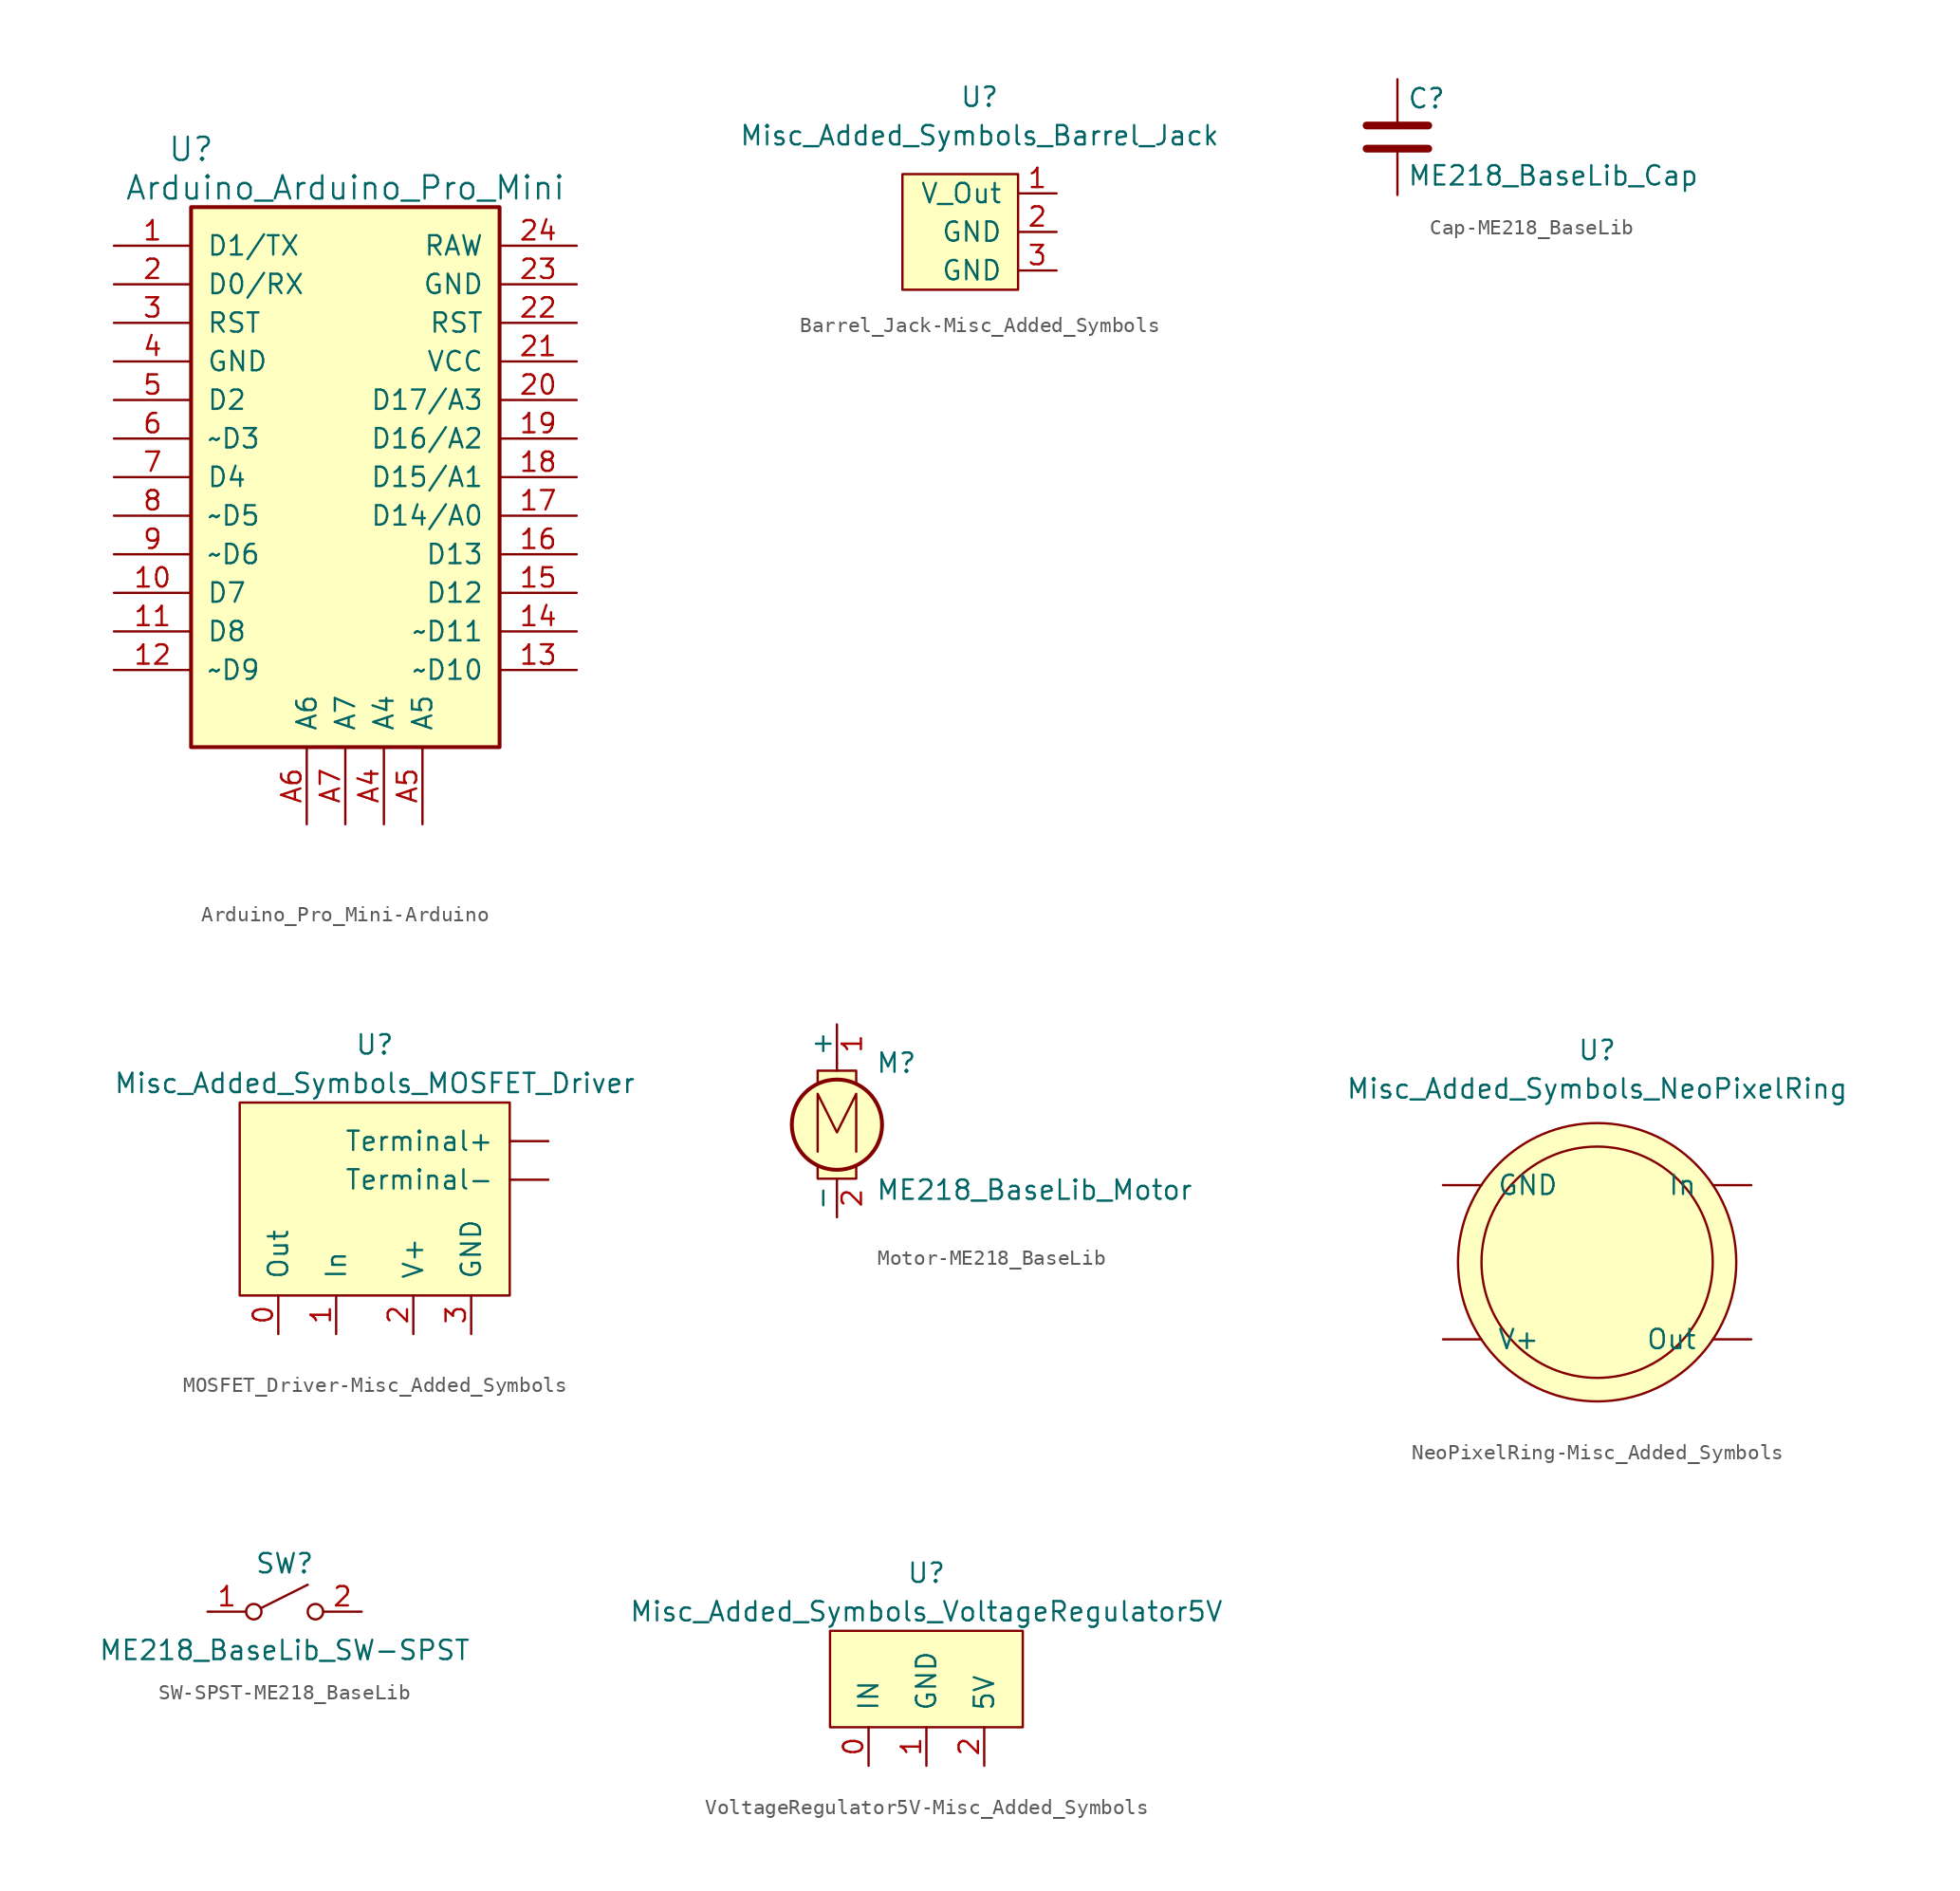
<source format=kicad_sym>
(kicad_symbol_lib
  (version 20220914)
  (generator kicad_symbol_editor)
  (symbol "Arduino_Pro_Mini-Arduino"
    (pin_names
      (offset 1.016))
    (property "Reference" "U"
      (at -10.16 21.59 0)
      (effects (font (size 1.524 1.524))))
    (property "Value" "Arduino_Arduino_Pro_Mini"
      (at 0 19.05 0)
      (effects (font (size 1.524 1.524))))
    (symbol "Arduino_Pro_Mini-Arduino_0_1"
      (rectangle (start -10.16 17.78) (end 10.16 -17.78) (stroke (width 0.254) (type solid)) (fill (type background))))
    (symbol "Arduino_Pro_Mini-Arduino_1_1"
      (pin bidirectional line (at -15.24 15.24 0) (length 5.08) (name "D1/TX" (effects (font (size 1.27 1.27)))) (number "1" (effects (font (size 1.27 1.27)))))
      (pin bidirectional line (at -15.24 -7.62 0) (length 5.08) (name "D7" (effects (font (size 1.27 1.27)))) (number "10" (effects (font (size 1.27 1.27)))))
      (pin bidirectional line (at -15.24 -10.16 0) (length 5.08) (name "D8" (effects (font (size 1.27 1.27)))) (number "11" (effects (font (size 1.27 1.27)))))
      (pin bidirectional line (at -15.24 -12.7 0) (length 5.08) (name "~D9" (effects (font (size 1.27 1.27)))) (number "12" (effects (font (size 1.27 1.27)))))
      (pin bidirectional line (at 15.24 -12.7 180) (length 5.08) (name "~D10" (effects (font (size 1.27 1.27)))) (number "13" (effects (font (size 1.27 1.27)))))
      (pin bidirectional line (at 15.24 -10.16 180) (length 5.08) (name "~D11" (effects (font (size 1.27 1.27)))) (number "14" (effects (font (size 1.27 1.27)))))
      (pin bidirectional line (at 15.24 -7.62 180) (length 5.08) (name "D12" (effects (font (size 1.27 1.27)))) (number "15" (effects (font (size 1.27 1.27)))))
      (pin bidirectional line (at 15.24 -5.08 180) (length 5.08) (name "D13" (effects (font (size 1.27 1.27)))) (number "16" (effects (font (size 1.27 1.27)))))
      (pin bidirectional line (at 15.24 -2.54 180) (length 5.08) (name "D14/A0" (effects (font (size 1.27 1.27)))) (number "17" (effects (font (size 1.27 1.27)))))
      (pin bidirectional line (at 15.24 0 180) (length 5.08) (name "D15/A1" (effects (font (size 1.27 1.27)))) (number "18" (effects (font (size 1.27 1.27)))))
      (pin bidirectional line (at 15.24 2.54 180) (length 5.08) (name "D16/A2" (effects (font (size 1.27 1.27)))) (number "19" (effects (font (size 1.27 1.27)))))
      (pin bidirectional line (at -15.24 12.7 0) (length 5.08) (name "D0/RX" (effects (font (size 1.27 1.27)))) (number "2" (effects (font (size 1.27 1.27)))))
      (pin bidirectional line (at 15.24 5.08 180) (length 5.08) (name "D17/A3" (effects (font (size 1.27 1.27)))) (number "20" (effects (font (size 1.27 1.27)))))
      (pin power_in line (at 15.24 7.62 180) (length 5.08) (name "VCC" (effects (font (size 1.27 1.27)))) (number "21" (effects (font (size 1.27 1.27)))))
      (pin input line (at 15.24 10.16 180) (length 5.08) (name "RST" (effects (font (size 1.27 1.27)))) (number "22" (effects (font (size 1.27 1.27)))))
      (pin power_in line (at 15.24 12.7 180) (length 5.08) (name "GND" (effects (font (size 1.27 1.27)))) (number "23" (effects (font (size 1.27 1.27)))))
      (pin power_out line (at 15.24 15.24 180) (length 5.08) (name "RAW" (effects (font (size 1.27 1.27)))) (number "24" (effects (font (size 1.27 1.27)))))
      (pin input line (at -15.24 10.16 0) (length 5.08) (name "RST" (effects (font (size 1.27 1.27)))) (number "3" (effects (font (size 1.27 1.27)))))
      (pin power_in line (at -15.24 7.62 0) (length 5.08) (name "GND" (effects (font (size 1.27 1.27)))) (number "4" (effects (font (size 1.27 1.27)))))
      (pin bidirectional line (at -15.24 5.08 0) (length 5.08) (name "D2" (effects (font (size 1.27 1.27)))) (number "5" (effects (font (size 1.27 1.27)))))
      (pin bidirectional line (at -15.24 2.54 0) (length 5.08) (name "~D3" (effects (font (size 1.27 1.27)))) (number "6" (effects (font (size 1.27 1.27)))))
      (pin bidirectional line (at -15.24 0 0) (length 5.08) (name "D4" (effects (font (size 1.27 1.27)))) (number "7" (effects (font (size 1.27 1.27)))))
      (pin bidirectional line (at -15.24 -2.54 0) (length 5.08) (name "~D5" (effects (font (size 1.27 1.27)))) (number "8" (effects (font (size 1.27 1.27)))))
      (pin bidirectional line (at -15.24 -5.08 0) (length 5.08) (name "~D6" (effects (font (size 1.27 1.27)))) (number "9" (effects (font (size 1.27 1.27)))))
      (pin bidirectional line (at 2.54 -22.86 90) (length 5.08) (name "A4" (effects (font (size 1.27 1.27)))) (number "A4" (effects (font (size 1.27 1.27)))))
      (pin bidirectional line (at 5.08 -22.86 90) (length 5.08) (name "A5" (effects (font (size 1.27 1.27)))) (number "A5" (effects (font (size 1.27 1.27)))))
      (pin bidirectional line (at -2.54 -22.86 90) (length 5.08) (name "A6" (effects (font (size 1.27 1.27)))) (number "A6" (effects (font (size 1.27 1.27)))))
      (pin bidirectional line (at 0 -22.86 90) (length 5.08) (name "A7" (effects (font (size 1.27 1.27)))) (number "A7" (effects (font (size 1.27 1.27)))))))
  (symbol "Barrel_Jack-Misc_Added_Symbols"
    (pin_names
      (offset 1.016))
    (property "Reference" "U"
      (at 0 0 0)
      (effects (font (size 1.27 1.27))))
    (property "Value" "Misc_Added_Symbols_Barrel_Jack"
      (at 0 -2.54 0)
      (effects (font (size 1.27 1.27))))
    (symbol "Barrel_Jack-Misc_Added_Symbols_0_1"
      (rectangle (start 2.54 -5.08) (end -5.08 -12.7) (stroke (width 0) (type solid)) (fill (type background))))
    (symbol "Barrel_Jack-Misc_Added_Symbols_1_1"
      (pin power_out line (at 5.08 -6.35 180) (length 2.54) (name "V_Out" (effects (font (size 1.27 1.27)))) (number "1" (effects (font (size 1.27 1.27)))))
      (pin bidirectional line (at 5.08 -8.89 180) (length 2.54) (name "GND" (effects (font (size 1.27 1.27)))) (number "2" (effects (font (size 1.27 1.27)))))
      (pin bidirectional line (at 5.08 -11.43 180) (length 2.54) (name "GND" (effects (font (size 1.27 1.27)))) (number "3" (effects (font (size 1.27 1.27)))))))
  (symbol "Cap-ME218_BaseLib"
    (pin_numbers hide)
    (pin_names
      (offset 0.254))
    (property "Reference" "C"
      (at 0.635 2.54 0)
      (effects (font (size 1.27 1.27)) (justify left)))
    (property "Value" "ME218_BaseLib_Cap"
      (at 0.635 -2.54 0)
      (effects (font (size 1.27 1.27)) (justify left)))
    (symbol "Cap-ME218_BaseLib_0_1"
      (polyline (pts (xy -2.032 -0.762) (xy 2.032 -0.762)) (stroke (width 0.508) (type solid)) (fill (type none)))
      (polyline (pts (xy -2.032 0.762) (xy 2.032 0.762)) (stroke (width 0.508) (type solid)) (fill (type none))))
    (symbol "Cap-ME218_BaseLib_1_1"
      (pin passive line (at 0 3.81 270) (length 2.794) (name "~" (effects (font (size 1.27 1.27)))) (number "1" (effects (font (size 1.27 1.27)))))
      (pin passive line (at 0 -3.81 90) (length 2.794) (name "~" (effects (font (size 1.27 1.27)))) (number "2" (effects (font (size 1.27 1.27)))))))
  (symbol "MOSFET_Driver-Misc_Added_Symbols"
    (pin_names
      (offset 1.016))
    (property "Reference" "U"
      (at 0 0 0)
      (effects (font (size 1.27 1.27))))
    (property "Value" "Misc_Added_Symbols_MOSFET_Driver"
      (at 0 -2.54 0)
      (effects (font (size 1.27 1.27))))
    (symbol "MOSFET_Driver-Misc_Added_Symbols_0_1"
      (rectangle (start -8.89 -3.81) (end 8.89 -16.51) (stroke (width 0) (type solid)) (fill (type background))))
    (symbol "MOSFET_Driver-Misc_Added_Symbols_1_1"
      (pin output line (at -6.35 -19.05 90) (length 2.54) (name "Out" (effects (font (size 1.27 1.27)))) (number "0" (effects (font (size 1.27 1.27)))))
      (pin input line (at -2.54 -19.05 90) (length 2.54) (name "In" (effects (font (size 1.27 1.27)))) (number "1" (effects (font (size 1.27 1.27)))))
      (pin input line (at 2.54 -19.05 90) (length 2.54) (name "V+" (effects (font (size 1.27 1.27)))) (number "2" (effects (font (size 1.27 1.27)))))
      (pin passive line (at 6.35 -19.05 90) (length 2.54) (name "GND" (effects (font (size 1.27 1.27)))) (number "3" (effects (font (size 1.27 1.27)))))
      (pin output line (at 11.43 -6.35 180) (length 2.54) (name "Terminal+" (effects (font (size 1.27 1.27)))) (number "~" (effects (font (size 1.27 1.27)))))
      (pin output line (at 11.43 -8.89 180) (length 2.54) (name "Terminal-" (effects (font (size 1.27 1.27)))) (number "~" (effects (font (size 1.27 1.27)))))))
  (symbol "Motor-ME218_BaseLib"
    (pin_names
      (offset 0))
    (property "Reference" "M"
      (at 2.54 2.54 0)
      (effects (font (size 1.27 1.27)) (justify left)))
    (property "Value" "ME218_BaseLib_Motor"
      (at 2.54 -5.08 0)
      (effects (font (size 1.27 1.27)) (justify left top)))
    (symbol "Motor-ME218_BaseLib_0_0"
      (circle (center 0 -1.524) (radius 2.972) (stroke (width 0.254) (type solid)) (fill (type background)))
      (polyline (pts (xy -1.27 -4.318) (xy -1.27 -5.08) (xy 1.27 -5.08) (xy 1.27 -4.318)) (stroke (width 0) (type solid)) (fill (type background)))
      (polyline (pts (xy -1.27 1.27) (xy -1.27 2.032) (xy 1.27 2.032) (xy 1.27 1.27)) (stroke (width 0) (type solid)) (fill (type background)))
      (polyline (pts (xy -1.27 -3.302) (xy -1.27 0.508) (xy 0 -2.032) (xy 1.27 0.508) (xy 1.27 -3.302)) (stroke (width 0) (type solid)) (fill (type none))))
    (symbol "Motor-ME218_BaseLib_0_1"
      (polyline (pts (xy 0 2.032) (xy 0 2.54)) (stroke (width 0) (type solid)) (fill (type none))))
    (symbol "Motor-ME218_BaseLib_1_1"
      (pin passive line (at 0 5.08 270) (length 2.54) (name "+" (effects (font (size 1.27 1.27)))) (number "1" (effects (font (size 1.27 1.27)))))
      (pin passive line (at 0 -7.62 90) (length 2.54) (name "-" (effects (font (size 1.27 1.27)))) (number "2" (effects (font (size 1.27 1.27)))))))
  (symbol "NeoPixelRing-Misc_Added_Symbols"
    (pin_names
      (offset 1.016))
    (property "Reference" "U"
      (at 0 1.27 0)
      (effects (font (size 1.27 1.27))))
    (property "Value" "Misc_Added_Symbols_NeoPixelRing"
      (at 0 -1.27 0)
      (effects (font (size 1.27 1.27))))
    (symbol "NeoPixelRing-Misc_Added_Symbols_0_1"
      (circle (center 0 -12.7) (radius 7.62) (stroke (width 0) (type solid)) (fill (type none)))
      (circle (center 0 -12.7) (radius 9.169) (stroke (width 0) (type solid)) (fill (type background))))
    (symbol "NeoPixelRing-Misc_Added_Symbols_1_1"
      (pin passive line (at -10.16 -7.62 0) (length 2.54) (name "GND" (effects (font (size 1.27 1.27)))) (number "~" (effects (font (size 1.27 1.27)))))
      (pin input line (at 10.16 -7.62 180) (length 2.54) (name "In" (effects (font (size 1.27 1.27)))) (number "~" (effects (font (size 1.27 1.27)))))
      (pin output line (at 10.16 -17.78 180) (length 2.54) (name "Out" (effects (font (size 1.27 1.27)))) (number "~" (effects (font (size 1.27 1.27)))))
      (pin input line (at -10.16 -17.78 0) (length 2.54) (name "V+" (effects (font (size 1.27 1.27)))) (number "~" (effects (font (size 1.27 1.27)))))))
  (symbol "SW-SPST-ME218_BaseLib"
    (pin_names
      (offset 0) hide)
    (property "Reference" "SW"
      (at 0 3.175 0)
      (effects (font (size 1.27 1.27))))
    (property "Value" "ME218_BaseLib_SW-SPST"
      (at 0 -2.54 0)
      (effects (font (size 1.27 1.27))))
    (symbol "SW-SPST-ME218_BaseLib_0_0"
      (circle (center -2.032 0) (radius 0.508) (stroke (width 0) (type solid)) (fill (type none)))
      (polyline (pts (xy -1.524 0.254) (xy 1.524 1.778)) (stroke (width 0) (type solid)) (fill (type none)))
      (circle (center 2.032 0) (radius 0.508) (stroke (width 0) (type solid)) (fill (type none))))
    (symbol "SW-SPST-ME218_BaseLib_1_1"
      (pin passive line (at -5.08 0 0) (length 2.54) (name "A" (effects (font (size 1.27 1.27)))) (number "1" (effects (font (size 1.27 1.27)))))
      (pin passive line (at 5.08 0 180) (length 2.54) (name "B" (effects (font (size 1.27 1.27)))) (number "2" (effects (font (size 1.27 1.27)))))))
  (symbol "VoltageRegulator5V-Misc_Added_Symbols"
    (pin_names
      (offset 1.016))
    (property "Reference" "U"
      (at 0 1.27 0)
      (effects (font (size 1.27 1.27))))
    (property "Value" "Misc_Added_Symbols_VoltageRegulator5V"
      (at 0 -1.27 0)
      (effects (font (size 1.27 1.27))))
    (symbol "VoltageRegulator5V-Misc_Added_Symbols_0_1"
      (rectangle (start -6.35 -8.89) (end 6.35 -2.54) (stroke (width 0) (type solid)) (fill (type background))))
    (symbol "VoltageRegulator5V-Misc_Added_Symbols_1_1"
      (pin input line (at -3.81 -11.43 90) (length 2.54) (name "IN" (effects (font (size 1.27 1.27)))) (number "0" (effects (font (size 1.27 1.27)))))
      (pin passive line (at 0 -11.43 90) (length 2.54) (name "GND" (effects (font (size 1.27 1.27)))) (number "1" (effects (font (size 1.27 1.27)))))
      (pin output line (at 3.81 -11.43 90) (length 2.54) (name "5V" (effects (font (size 1.27 1.27)))) (number "2" (effects (font (size 1.27 1.27))))))))
</source>
